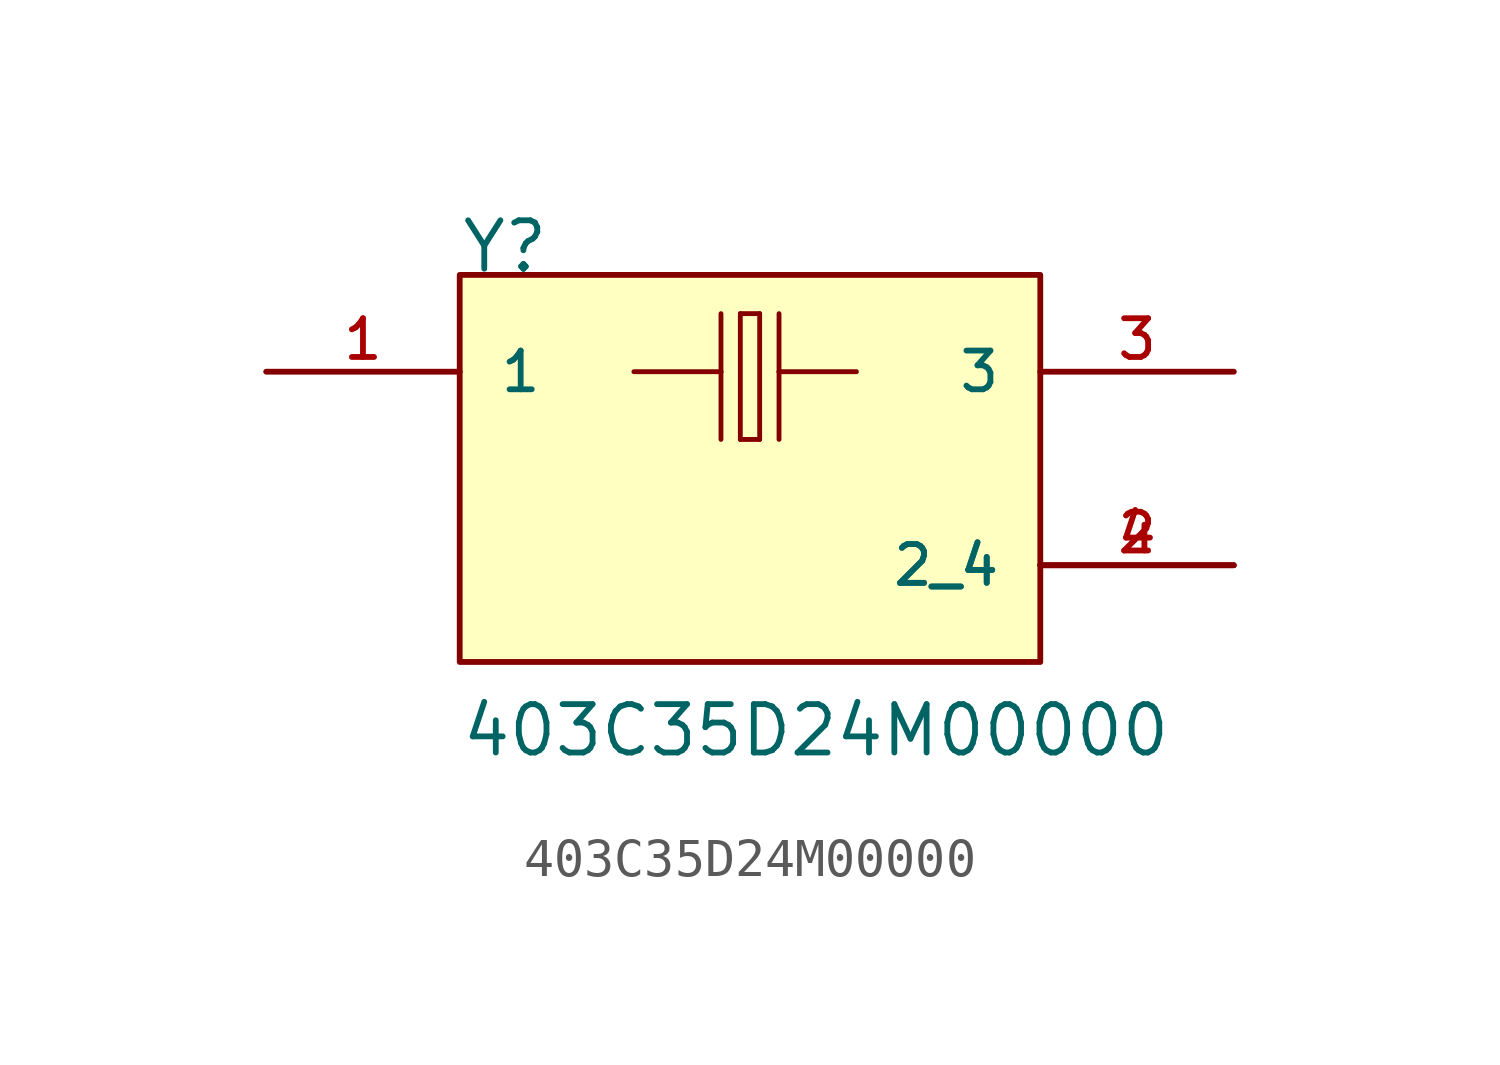
<source format=kicad_sym>
(kicad_symbol_lib
  (version 20220914)
  (generator kicad_symbol_editor)
  (symbol "403C35D24M00000"
    (pin_names
      (offset 1.016))
    (property "Reference" "Y"
      (at -7.62 5.08 0)
      (effects (font (size 1.27 1.27)) (justify left bottom)))
    (property "Value" "403C35D24M00000"
      (at -7.62 -7.62 0)
      (effects (font (size 1.27 1.27)) (justify left bottom)))
    (property "ki_locked" ""
      (at 0 0 0)
      (effects (font (size 1.27 1.27))))
    (symbol "403C35D24M00000_0_0"
      (rectangle (start -7.62 -5.08) (end 7.62 5.08) (stroke (width 0.152) (type solid)) (fill (type background)))
      (polyline (pts (xy -0.762 2.54) (xy -3.048 2.54)) (stroke (width 0.127) (type solid)) (fill (type none)))
      (polyline (pts (xy -0.762 2.54) (xy -0.762 0.762)) (stroke (width 0.127) (type solid)) (fill (type none)))
      (polyline (pts (xy -0.762 4.064) (xy -0.762 2.54)) (stroke (width 0.127) (type solid)) (fill (type none)))
      (polyline (pts (xy -0.254 0.762) (xy -0.254 4.064)) (stroke (width 0.127) (type solid)) (fill (type none)))
      (polyline (pts (xy -0.254 4.064) (xy 0.254 4.064)) (stroke (width 0.127) (type solid)) (fill (type none)))
      (polyline (pts (xy 0.254 0.762) (xy -0.254 0.762)) (stroke (width 0.127) (type solid)) (fill (type none)))
      (polyline (pts (xy 0.254 4.064) (xy 0.254 0.762)) (stroke (width 0.127) (type solid)) (fill (type none)))
      (polyline (pts (xy 0.762 2.54) (xy 0.762 0.762)) (stroke (width 0.127) (type solid)) (fill (type none)))
      (polyline (pts (xy 0.762 2.54) (xy 2.794 2.54)) (stroke (width 0.127) (type solid)) (fill (type none)))
      (polyline (pts (xy 0.762 4.064) (xy 0.762 2.54)) (stroke (width 0.127) (type solid)) (fill (type none)))
      (pin passive line (at -12.7 2.54 0) (length 5.08) (name "1" (effects (font (size 1.016 1.016)))) (number "1" (effects (font (size 1.016 1.016)))))
      (pin passive line (at 12.7 -2.54 180) (length 5.08) (name "2_4" (effects (font (size 1.016 1.016)))) (number "2" (effects (font (size 1.016 1.016)))))
      (pin passive line (at 12.7 2.54 180) (length 5.08) (name "3" (effects (font (size 1.016 1.016)))) (number "3" (effects (font (size 1.016 1.016)))))
      (pin passive line (at 12.7 -2.54 180) (length 5.08) (name "2_4" (effects (font (size 1.016 1.016)))) (number "4" (effects (font (size 1.016 1.016))))))))
</source>
